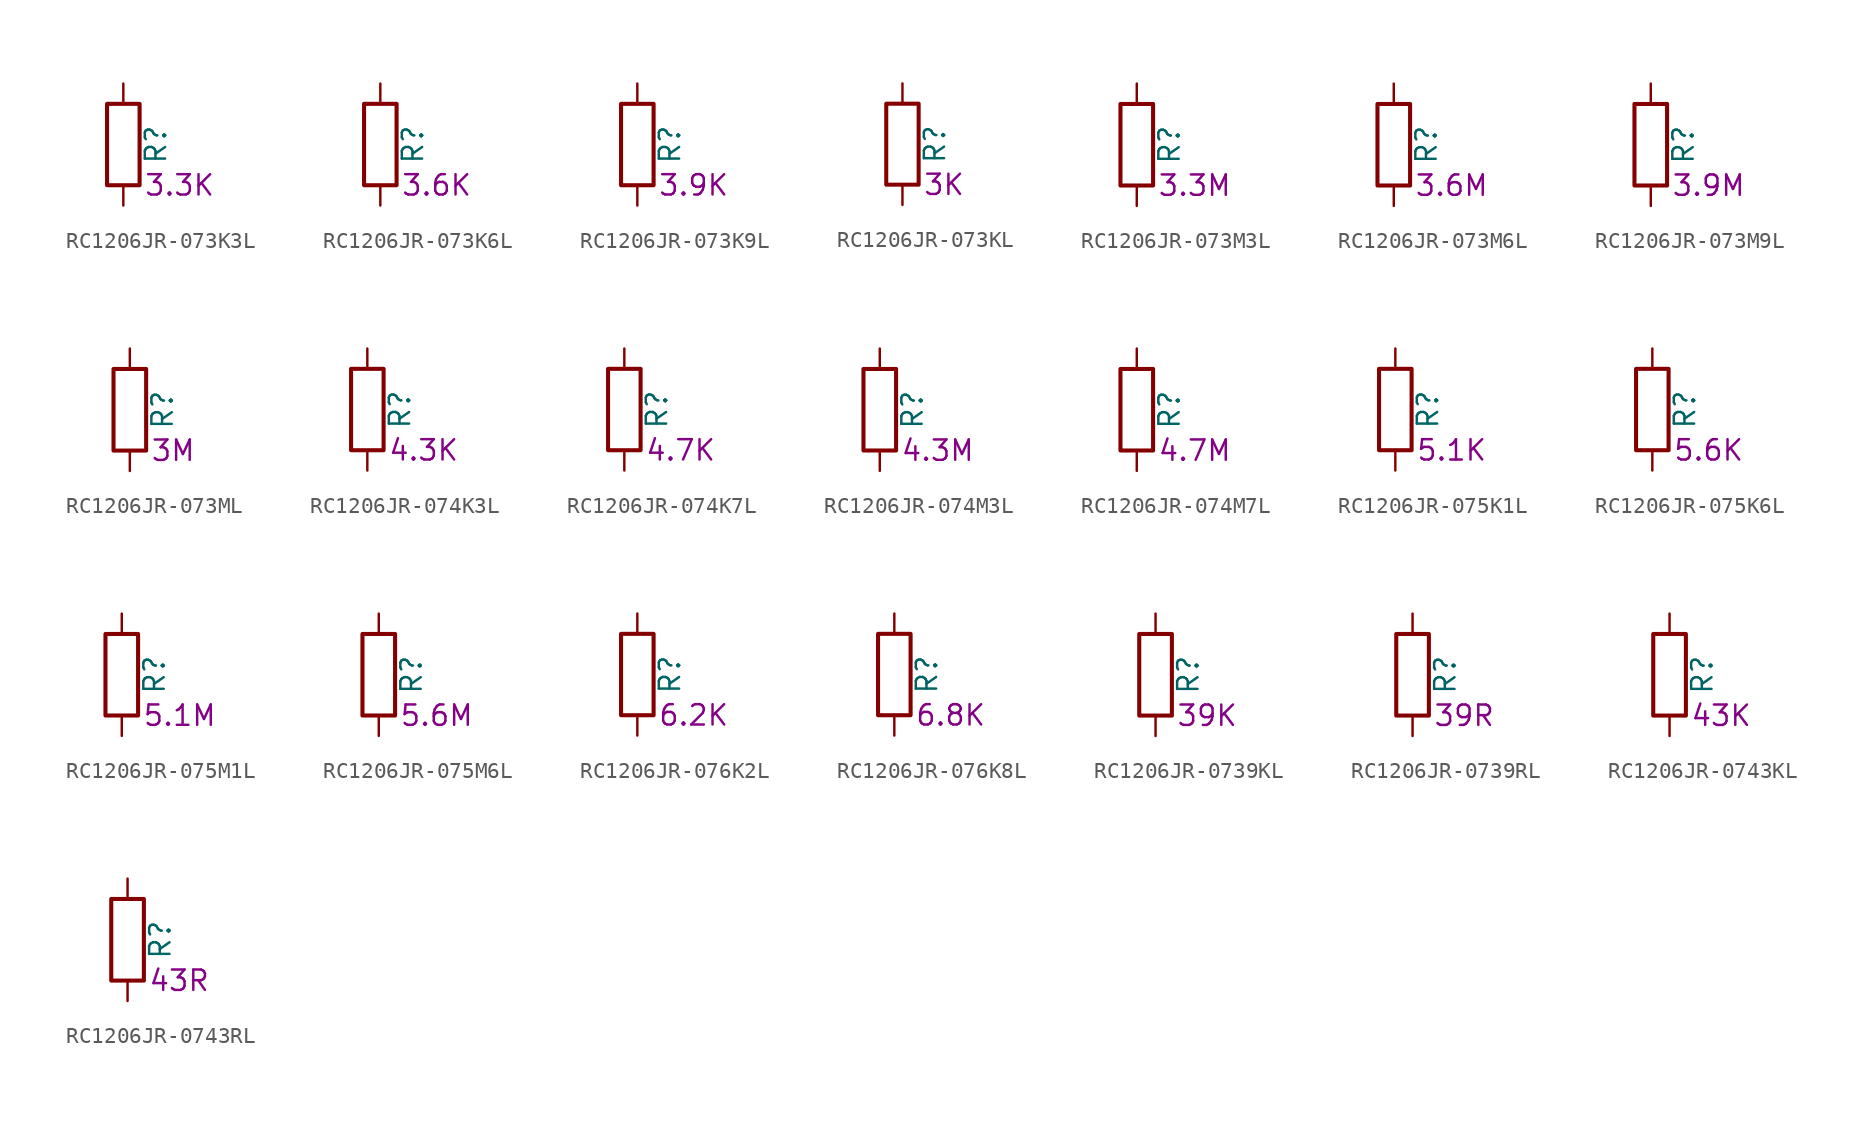
<source format=kicad_sym>
(kicad_symbol_lib
  (version 20220914)
  (generator kicad_symbol_editor)
  (symbol "RC1206JR-073K3L"
    (pin_numbers hide)
    (pin_names
      (offset 0))
    (property "Reference" "R"
      (at 2.032 0 90)
      (effects (font (size 1.27 1.27))))
    (property "Resistance" "3.3K"
      (at 1.27 -2.54 0)
      (effects (font (size 1.27 1.27)) (justify left)))
    (symbol "RC1206JR-073K3L_0_1"
      (rectangle (start -1.016 -2.54) (end 1.016 2.54) (stroke (width 0.254) (type default)) (fill (type none))))
    (symbol "RC1206JR-073K3L_1_1"
      (pin passive line (at 0 3.81 270) (length 1.27) (name "~" (effects (font (size 1.27 1.27)))) (number "1" (effects (font (size 1.27 1.27)))))
      (pin passive line (at 0 -3.81 90) (length 1.27) (name "~" (effects (font (size 1.27 1.27)))) (number "2" (effects (font (size 1.27 1.27)))))))
  (symbol "RC1206JR-073K6L"
    (pin_numbers hide)
    (pin_names
      (offset 0))
    (property "Reference" "R"
      (at 2.032 0 90)
      (effects (font (size 1.27 1.27))))
    (property "Resistance" "3.6K"
      (at 1.27 -2.54 0)
      (effects (font (size 1.27 1.27)) (justify left)))
    (symbol "RC1206JR-073K6L_0_1"
      (rectangle (start -1.016 -2.54) (end 1.016 2.54) (stroke (width 0.254) (type default)) (fill (type none))))
    (symbol "RC1206JR-073K6L_1_1"
      (pin passive line (at 0 3.81 270) (length 1.27) (name "~" (effects (font (size 1.27 1.27)))) (number "1" (effects (font (size 1.27 1.27)))))
      (pin passive line (at 0 -3.81 90) (length 1.27) (name "~" (effects (font (size 1.27 1.27)))) (number "2" (effects (font (size 1.27 1.27)))))))
  (symbol "RC1206JR-073K9L"
    (pin_numbers hide)
    (pin_names
      (offset 0))
    (property "Reference" "R"
      (at 2.032 0 90)
      (effects (font (size 1.27 1.27))))
    (property "Resistance" "3.9K"
      (at 1.27 -2.54 0)
      (effects (font (size 1.27 1.27)) (justify left)))
    (symbol "RC1206JR-073K9L_0_1"
      (rectangle (start -1.016 -2.54) (end 1.016 2.54) (stroke (width 0.254) (type default)) (fill (type none))))
    (symbol "RC1206JR-073K9L_1_1"
      (pin passive line (at 0 3.81 270) (length 1.27) (name "~" (effects (font (size 1.27 1.27)))) (number "1" (effects (font (size 1.27 1.27)))))
      (pin passive line (at 0 -3.81 90) (length 1.27) (name "~" (effects (font (size 1.27 1.27)))) (number "2" (effects (font (size 1.27 1.27)))))))
  (symbol "RC1206JR-073KL"
    (pin_numbers hide)
    (pin_names
      (offset 0))
    (property "Reference" "R"
      (at 2.032 0 90)
      (effects (font (size 1.27 1.27))))
    (property "Resistance" "3K"
      (at 1.27 -2.54 0)
      (effects (font (size 1.27 1.27)) (justify left)))
    (symbol "RC1206JR-073KL_0_1"
      (rectangle (start -1.016 -2.54) (end 1.016 2.54) (stroke (width 0.254) (type default)) (fill (type none))))
    (symbol "RC1206JR-073KL_1_1"
      (pin passive line (at 0 3.81 270) (length 1.27) (name "~" (effects (font (size 1.27 1.27)))) (number "1" (effects (font (size 1.27 1.27)))))
      (pin passive line (at 0 -3.81 90) (length 1.27) (name "~" (effects (font (size 1.27 1.27)))) (number "2" (effects (font (size 1.27 1.27)))))))
  (symbol "RC1206JR-073M3L"
    (pin_numbers hide)
    (pin_names
      (offset 0))
    (property "Reference" "R"
      (at 2.032 0 90)
      (effects (font (size 1.27 1.27))))
    (property "Resistance" "3.3M"
      (at 1.27 -2.54 0)
      (effects (font (size 1.27 1.27)) (justify left)))
    (symbol "RC1206JR-073M3L_0_1"
      (rectangle (start -1.016 -2.54) (end 1.016 2.54) (stroke (width 0.254) (type default)) (fill (type none))))
    (symbol "RC1206JR-073M3L_1_1"
      (pin passive line (at 0 3.81 270) (length 1.27) (name "~" (effects (font (size 1.27 1.27)))) (number "1" (effects (font (size 1.27 1.27)))))
      (pin passive line (at 0 -3.81 90) (length 1.27) (name "~" (effects (font (size 1.27 1.27)))) (number "2" (effects (font (size 1.27 1.27)))))))
  (symbol "RC1206JR-073M6L"
    (pin_numbers hide)
    (pin_names
      (offset 0))
    (property "Reference" "R"
      (at 2.032 0 90)
      (effects (font (size 1.27 1.27))))
    (property "Resistance" "3.6M"
      (at 1.27 -2.54 0)
      (effects (font (size 1.27 1.27)) (justify left)))
    (symbol "RC1206JR-073M6L_0_1"
      (rectangle (start -1.016 -2.54) (end 1.016 2.54) (stroke (width 0.254) (type default)) (fill (type none))))
    (symbol "RC1206JR-073M6L_1_1"
      (pin passive line (at 0 3.81 270) (length 1.27) (name "~" (effects (font (size 1.27 1.27)))) (number "1" (effects (font (size 1.27 1.27)))))
      (pin passive line (at 0 -3.81 90) (length 1.27) (name "~" (effects (font (size 1.27 1.27)))) (number "2" (effects (font (size 1.27 1.27)))))))
  (symbol "RC1206JR-073M9L"
    (pin_numbers hide)
    (pin_names
      (offset 0))
    (property "Reference" "R"
      (at 2.032 0 90)
      (effects (font (size 1.27 1.27))))
    (property "Resistance" "3.9M"
      (at 1.27 -2.54 0)
      (effects (font (size 1.27 1.27)) (justify left)))
    (symbol "RC1206JR-073M9L_0_1"
      (rectangle (start -1.016 -2.54) (end 1.016 2.54) (stroke (width 0.254) (type default)) (fill (type none))))
    (symbol "RC1206JR-073M9L_1_1"
      (pin passive line (at 0 3.81 270) (length 1.27) (name "~" (effects (font (size 1.27 1.27)))) (number "1" (effects (font (size 1.27 1.27)))))
      (pin passive line (at 0 -3.81 90) (length 1.27) (name "~" (effects (font (size 1.27 1.27)))) (number "2" (effects (font (size 1.27 1.27)))))))
  (symbol "RC1206JR-073ML"
    (pin_numbers hide)
    (pin_names
      (offset 0))
    (property "Reference" "R"
      (at 2.032 0 90)
      (effects (font (size 1.27 1.27))))
    (property "Resistance" "3M"
      (at 1.27 -2.54 0)
      (effects (font (size 1.27 1.27)) (justify left)))
    (symbol "RC1206JR-073ML_0_1"
      (rectangle (start -1.016 -2.54) (end 1.016 2.54) (stroke (width 0.254) (type default)) (fill (type none))))
    (symbol "RC1206JR-073ML_1_1"
      (pin passive line (at 0 3.81 270) (length 1.27) (name "~" (effects (font (size 1.27 1.27)))) (number "1" (effects (font (size 1.27 1.27)))))
      (pin passive line (at 0 -3.81 90) (length 1.27) (name "~" (effects (font (size 1.27 1.27)))) (number "2" (effects (font (size 1.27 1.27)))))))
  (symbol "RC1206JR-074K3L"
    (pin_numbers hide)
    (pin_names
      (offset 0))
    (property "Reference" "R"
      (at 2.032 0 90)
      (effects (font (size 1.27 1.27))))
    (property "Resistance" "4.3K"
      (at 1.27 -2.54 0)
      (effects (font (size 1.27 1.27)) (justify left)))
    (symbol "RC1206JR-074K3L_0_1"
      (rectangle (start -1.016 -2.54) (end 1.016 2.54) (stroke (width 0.254) (type default)) (fill (type none))))
    (symbol "RC1206JR-074K3L_1_1"
      (pin passive line (at 0 3.81 270) (length 1.27) (name "~" (effects (font (size 1.27 1.27)))) (number "1" (effects (font (size 1.27 1.27)))))
      (pin passive line (at 0 -3.81 90) (length 1.27) (name "~" (effects (font (size 1.27 1.27)))) (number "2" (effects (font (size 1.27 1.27)))))))
  (symbol "RC1206JR-074K7L"
    (pin_numbers hide)
    (pin_names
      (offset 0))
    (property "Reference" "R"
      (at 2.032 0 90)
      (effects (font (size 1.27 1.27))))
    (property "Resistance" "4.7K"
      (at 1.27 -2.54 0)
      (effects (font (size 1.27 1.27)) (justify left)))
    (symbol "RC1206JR-074K7L_0_1"
      (rectangle (start -1.016 -2.54) (end 1.016 2.54) (stroke (width 0.254) (type default)) (fill (type none))))
    (symbol "RC1206JR-074K7L_1_1"
      (pin passive line (at 0 3.81 270) (length 1.27) (name "~" (effects (font (size 1.27 1.27)))) (number "1" (effects (font (size 1.27 1.27)))))
      (pin passive line (at 0 -3.81 90) (length 1.27) (name "~" (effects (font (size 1.27 1.27)))) (number "2" (effects (font (size 1.27 1.27)))))))
  (symbol "RC1206JR-074M3L"
    (pin_numbers hide)
    (pin_names
      (offset 0))
    (property "Reference" "R"
      (at 2.032 0 90)
      (effects (font (size 1.27 1.27))))
    (property "Resistance" "4.3M"
      (at 1.27 -2.54 0)
      (effects (font (size 1.27 1.27)) (justify left)))
    (symbol "RC1206JR-074M3L_0_1"
      (rectangle (start -1.016 -2.54) (end 1.016 2.54) (stroke (width 0.254) (type default)) (fill (type none))))
    (symbol "RC1206JR-074M3L_1_1"
      (pin passive line (at 0 3.81 270) (length 1.27) (name "~" (effects (font (size 1.27 1.27)))) (number "1" (effects (font (size 1.27 1.27)))))
      (pin passive line (at 0 -3.81 90) (length 1.27) (name "~" (effects (font (size 1.27 1.27)))) (number "2" (effects (font (size 1.27 1.27)))))))
  (symbol "RC1206JR-074M7L"
    (pin_numbers hide)
    (pin_names
      (offset 0))
    (property "Reference" "R"
      (at 2.032 0 90)
      (effects (font (size 1.27 1.27))))
    (property "Resistance" "4.7M"
      (at 1.27 -2.54 0)
      (effects (font (size 1.27 1.27)) (justify left)))
    (symbol "RC1206JR-074M7L_0_1"
      (rectangle (start -1.016 -2.54) (end 1.016 2.54) (stroke (width 0.254) (type default)) (fill (type none))))
    (symbol "RC1206JR-074M7L_1_1"
      (pin passive line (at 0 3.81 270) (length 1.27) (name "~" (effects (font (size 1.27 1.27)))) (number "1" (effects (font (size 1.27 1.27)))))
      (pin passive line (at 0 -3.81 90) (length 1.27) (name "~" (effects (font (size 1.27 1.27)))) (number "2" (effects (font (size 1.27 1.27)))))))
  (symbol "RC1206JR-075K1L"
    (pin_numbers hide)
    (pin_names
      (offset 0))
    (property "Reference" "R"
      (at 2.032 0 90)
      (effects (font (size 1.27 1.27))))
    (property "Resistance" "5.1K"
      (at 1.27 -2.54 0)
      (effects (font (size 1.27 1.27)) (justify left)))
    (symbol "RC1206JR-075K1L_0_1"
      (rectangle (start -1.016 -2.54) (end 1.016 2.54) (stroke (width 0.254) (type default)) (fill (type none))))
    (symbol "RC1206JR-075K1L_1_1"
      (pin passive line (at 0 3.81 270) (length 1.27) (name "~" (effects (font (size 1.27 1.27)))) (number "1" (effects (font (size 1.27 1.27)))))
      (pin passive line (at 0 -3.81 90) (length 1.27) (name "~" (effects (font (size 1.27 1.27)))) (number "2" (effects (font (size 1.27 1.27)))))))
  (symbol "RC1206JR-075K6L"
    (pin_numbers hide)
    (pin_names
      (offset 0))
    (property "Reference" "R"
      (at 2.032 0 90)
      (effects (font (size 1.27 1.27))))
    (property "Resistance" "5.6K"
      (at 1.27 -2.54 0)
      (effects (font (size 1.27 1.27)) (justify left)))
    (symbol "RC1206JR-075K6L_0_1"
      (rectangle (start -1.016 -2.54) (end 1.016 2.54) (stroke (width 0.254) (type default)) (fill (type none))))
    (symbol "RC1206JR-075K6L_1_1"
      (pin passive line (at 0 3.81 270) (length 1.27) (name "~" (effects (font (size 1.27 1.27)))) (number "1" (effects (font (size 1.27 1.27)))))
      (pin passive line (at 0 -3.81 90) (length 1.27) (name "~" (effects (font (size 1.27 1.27)))) (number "2" (effects (font (size 1.27 1.27)))))))
  (symbol "RC1206JR-075M1L"
    (pin_numbers hide)
    (pin_names
      (offset 0))
    (property "Reference" "R"
      (at 2.032 0 90)
      (effects (font (size 1.27 1.27))))
    (property "Resistance" "5.1M"
      (at 1.27 -2.54 0)
      (effects (font (size 1.27 1.27)) (justify left)))
    (symbol "RC1206JR-075M1L_0_1"
      (rectangle (start -1.016 -2.54) (end 1.016 2.54) (stroke (width 0.254) (type default)) (fill (type none))))
    (symbol "RC1206JR-075M1L_1_1"
      (pin passive line (at 0 3.81 270) (length 1.27) (name "~" (effects (font (size 1.27 1.27)))) (number "1" (effects (font (size 1.27 1.27)))))
      (pin passive line (at 0 -3.81 90) (length 1.27) (name "~" (effects (font (size 1.27 1.27)))) (number "2" (effects (font (size 1.27 1.27)))))))
  (symbol "RC1206JR-075M6L"
    (pin_numbers hide)
    (pin_names
      (offset 0))
    (property "Reference" "R"
      (at 2.032 0 90)
      (effects (font (size 1.27 1.27))))
    (property "Resistance" "5.6M"
      (at 1.27 -2.54 0)
      (effects (font (size 1.27 1.27)) (justify left)))
    (symbol "RC1206JR-075M6L_0_1"
      (rectangle (start -1.016 -2.54) (end 1.016 2.54) (stroke (width 0.254) (type default)) (fill (type none))))
    (symbol "RC1206JR-075M6L_1_1"
      (pin passive line (at 0 3.81 270) (length 1.27) (name "~" (effects (font (size 1.27 1.27)))) (number "1" (effects (font (size 1.27 1.27)))))
      (pin passive line (at 0 -3.81 90) (length 1.27) (name "~" (effects (font (size 1.27 1.27)))) (number "2" (effects (font (size 1.27 1.27)))))))
  (symbol "RC1206JR-076K2L"
    (pin_numbers hide)
    (pin_names
      (offset 0))
    (property "Reference" "R"
      (at 2.032 0 90)
      (effects (font (size 1.27 1.27))))
    (property "Resistance" "6.2K"
      (at 1.27 -2.54 0)
      (effects (font (size 1.27 1.27)) (justify left)))
    (symbol "RC1206JR-076K2L_0_1"
      (rectangle (start -1.016 -2.54) (end 1.016 2.54) (stroke (width 0.254) (type default)) (fill (type none))))
    (symbol "RC1206JR-076K2L_1_1"
      (pin passive line (at 0 3.81 270) (length 1.27) (name "~" (effects (font (size 1.27 1.27)))) (number "1" (effects (font (size 1.27 1.27)))))
      (pin passive line (at 0 -3.81 90) (length 1.27) (name "~" (effects (font (size 1.27 1.27)))) (number "2" (effects (font (size 1.27 1.27)))))))
  (symbol "RC1206JR-076K8L"
    (pin_numbers hide)
    (pin_names
      (offset 0))
    (property "Reference" "R"
      (at 2.032 0 90)
      (effects (font (size 1.27 1.27))))
    (property "Resistance" "6.8K"
      (at 1.27 -2.54 0)
      (effects (font (size 1.27 1.27)) (justify left)))
    (symbol "RC1206JR-076K8L_0_1"
      (rectangle (start -1.016 -2.54) (end 1.016 2.54) (stroke (width 0.254) (type default)) (fill (type none))))
    (symbol "RC1206JR-076K8L_1_1"
      (pin passive line (at 0 3.81 270) (length 1.27) (name "~" (effects (font (size 1.27 1.27)))) (number "1" (effects (font (size 1.27 1.27)))))
      (pin passive line (at 0 -3.81 90) (length 1.27) (name "~" (effects (font (size 1.27 1.27)))) (number "2" (effects (font (size 1.27 1.27)))))))
  (symbol "RC1206JR-0739KL"
    (pin_numbers hide)
    (pin_names
      (offset 0))
    (property "Reference" "R"
      (at 2.032 0 90)
      (effects (font (size 1.27 1.27))))
    (property "Resistance" "39K"
      (at 1.27 -2.54 0)
      (effects (font (size 1.27 1.27)) (justify left)))
    (symbol "RC1206JR-0739KL_0_1"
      (rectangle (start -1.016 -2.54) (end 1.016 2.54) (stroke (width 0.254) (type default)) (fill (type none))))
    (symbol "RC1206JR-0739KL_1_1"
      (pin passive line (at 0 3.81 270) (length 1.27) (name "~" (effects (font (size 1.27 1.27)))) (number "1" (effects (font (size 1.27 1.27)))))
      (pin passive line (at 0 -3.81 90) (length 1.27) (name "~" (effects (font (size 1.27 1.27)))) (number "2" (effects (font (size 1.27 1.27)))))))
  (symbol "RC1206JR-0739RL"
    (pin_numbers hide)
    (pin_names
      (offset 0))
    (property "Reference" "R"
      (at 2.032 0 90)
      (effects (font (size 1.27 1.27))))
    (property "Resistance" "39R"
      (at 1.27 -2.54 0)
      (effects (font (size 1.27 1.27)) (justify left)))
    (symbol "RC1206JR-0739RL_0_1"
      (rectangle (start -1.016 -2.54) (end 1.016 2.54) (stroke (width 0.254) (type default)) (fill (type none))))
    (symbol "RC1206JR-0739RL_1_1"
      (pin passive line (at 0 3.81 270) (length 1.27) (name "~" (effects (font (size 1.27 1.27)))) (number "1" (effects (font (size 1.27 1.27)))))
      (pin passive line (at 0 -3.81 90) (length 1.27) (name "~" (effects (font (size 1.27 1.27)))) (number "2" (effects (font (size 1.27 1.27)))))))
  (symbol "RC1206JR-0743KL"
    (pin_numbers hide)
    (pin_names
      (offset 0))
    (property "Reference" "R"
      (at 2.032 0 90)
      (effects (font (size 1.27 1.27))))
    (property "Resistance" "43K"
      (at 1.27 -2.54 0)
      (effects (font (size 1.27 1.27)) (justify left)))
    (symbol "RC1206JR-0743KL_0_1"
      (rectangle (start -1.016 -2.54) (end 1.016 2.54) (stroke (width 0.254) (type default)) (fill (type none))))
    (symbol "RC1206JR-0743KL_1_1"
      (pin passive line (at 0 3.81 270) (length 1.27) (name "~" (effects (font (size 1.27 1.27)))) (number "1" (effects (font (size 1.27 1.27)))))
      (pin passive line (at 0 -3.81 90) (length 1.27) (name "~" (effects (font (size 1.27 1.27)))) (number "2" (effects (font (size 1.27 1.27)))))))
  (symbol "RC1206JR-0743RL"
    (pin_numbers hide)
    (pin_names
      (offset 0))
    (property "Reference" "R"
      (at 2.032 0 90)
      (effects (font (size 1.27 1.27))))
    (property "Resistance" "43R"
      (at 1.27 -2.54 0)
      (effects (font (size 1.27 1.27)) (justify left)))
    (symbol "RC1206JR-0743RL_0_1"
      (rectangle (start -1.016 -2.54) (end 1.016 2.54) (stroke (width 0.254) (type default)) (fill (type none))))
    (symbol "RC1206JR-0743RL_1_1"
      (pin passive line (at 0 3.81 270) (length 1.27) (name "~" (effects (font (size 1.27 1.27)))) (number "1" (effects (font (size 1.27 1.27)))))
      (pin passive line (at 0 -3.81 90) (length 1.27) (name "~" (effects (font (size 1.27 1.27)))) (number "2" (effects (font (size 1.27 1.27))))))))
</source>
